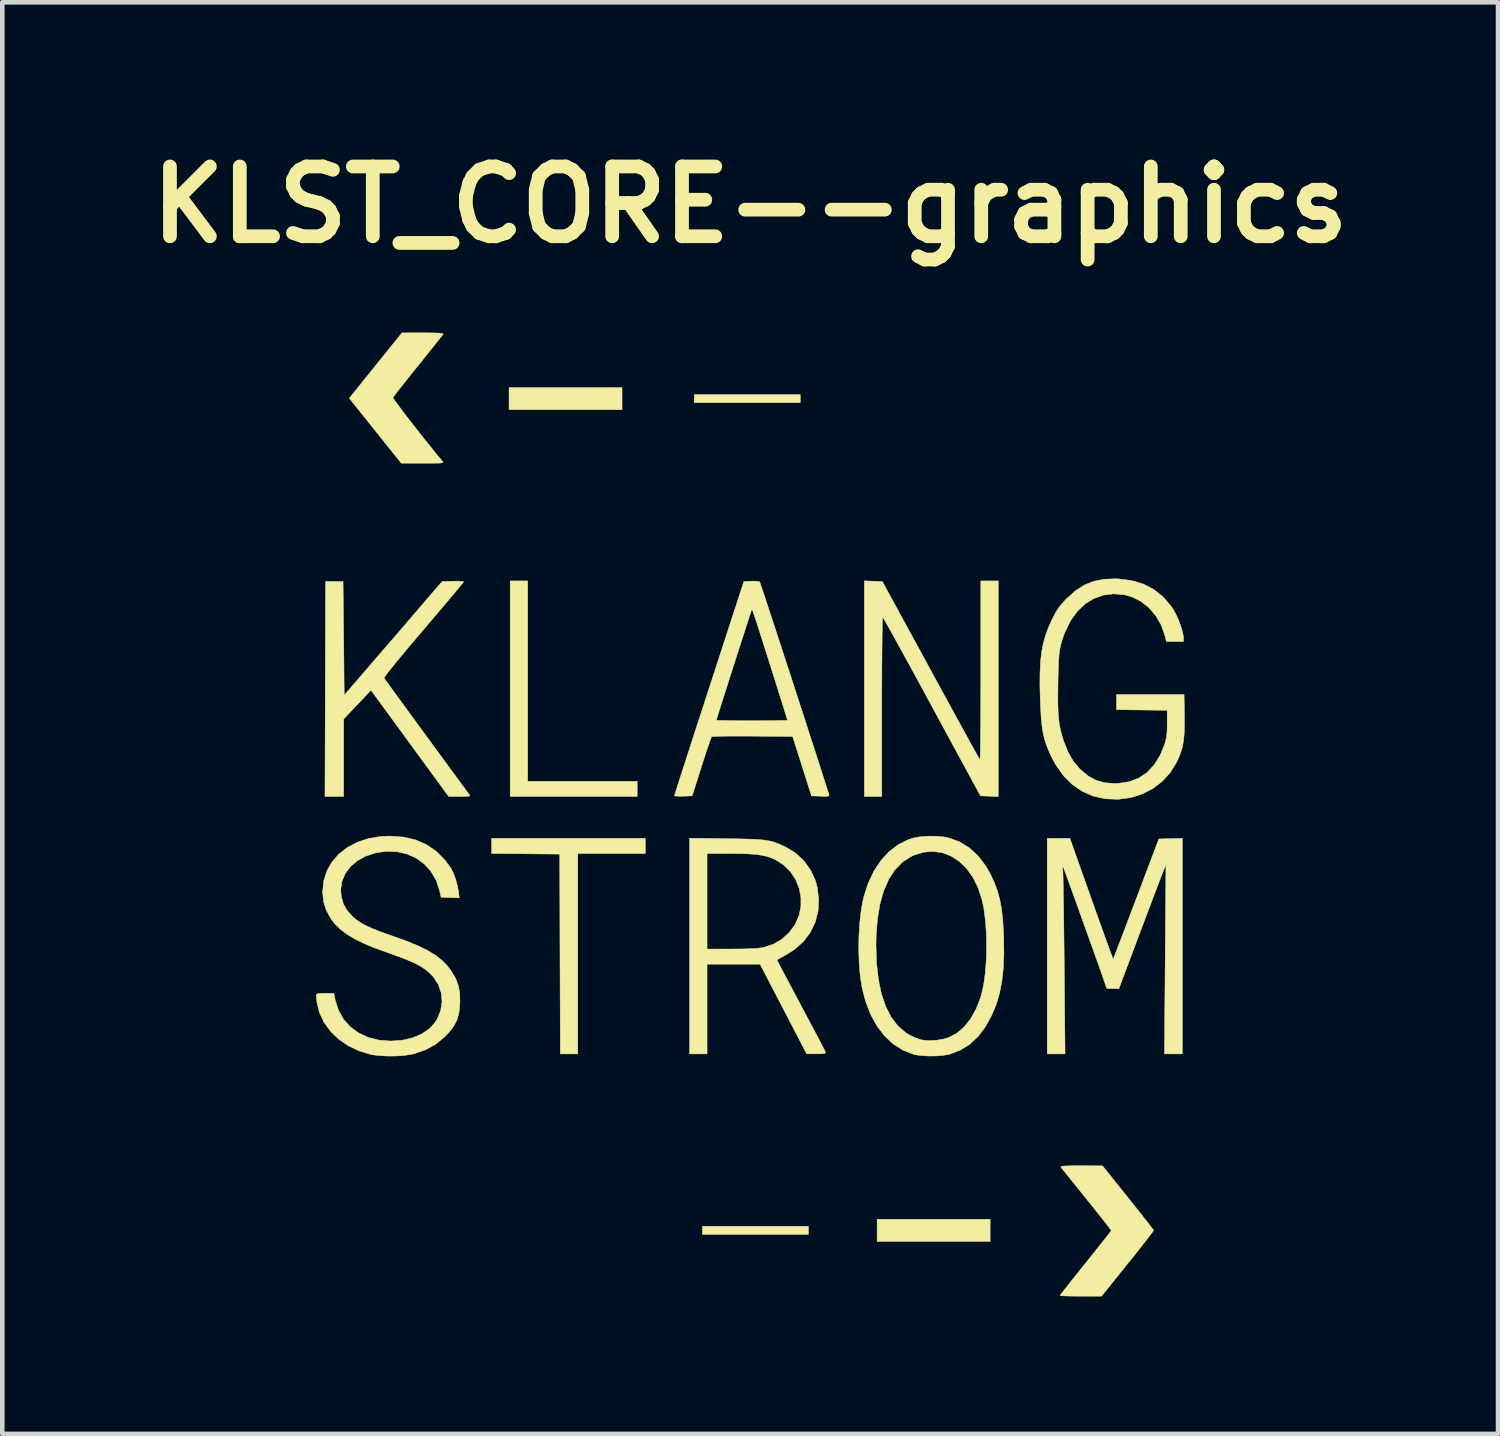
<source format=kicad_pcb>
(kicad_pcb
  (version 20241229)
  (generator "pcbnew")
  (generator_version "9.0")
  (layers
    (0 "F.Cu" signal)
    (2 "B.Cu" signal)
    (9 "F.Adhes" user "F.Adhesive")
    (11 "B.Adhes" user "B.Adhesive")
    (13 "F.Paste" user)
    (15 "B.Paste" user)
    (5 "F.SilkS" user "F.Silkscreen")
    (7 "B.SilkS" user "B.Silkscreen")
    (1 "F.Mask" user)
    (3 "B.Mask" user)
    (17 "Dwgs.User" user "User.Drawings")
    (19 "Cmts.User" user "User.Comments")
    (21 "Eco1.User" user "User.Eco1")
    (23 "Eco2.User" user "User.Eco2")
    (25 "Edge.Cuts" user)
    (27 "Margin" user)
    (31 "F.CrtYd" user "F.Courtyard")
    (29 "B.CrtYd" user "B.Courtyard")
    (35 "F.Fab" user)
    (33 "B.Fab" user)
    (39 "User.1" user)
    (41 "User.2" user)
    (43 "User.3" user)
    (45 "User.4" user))
  (footprint "KLST_CORE--graphics"
    (layer "F.Cu")
    (at 13.324 1.418)
    (property "Reference" "KLST_CORE--graphics" (at 0 0 0) (layer "F.SilkS") (effects (font (size 1.524 1.524) (thickness 0.3))))
    (attr through_hole)
    (fp_poly (pts (xy -2.797 4.475) (xy -5.263 4.475) (xy -5.263 3.992) (xy -2.797 3.992) (xy -2.797 4.475)) (stroke (width 0.01) (type solid)) (fill yes) (layer "F.SilkS"))
    (fp_poly (pts (xy 1.093 4.322) (xy -1.22 4.322) (xy -1.22 4.144) (xy 1.093 4.144) (xy 1.093 4.322)) (stroke (width 0.01) (type solid)) (fill yes) (layer "F.SilkS"))
    (fp_poly (pts (xy 1.271 22.476) (xy -1.042 22.476) (xy -1.042 22.298) (xy 1.271 22.298) (xy 1.271 22.476)) (stroke (width 0.01) (type solid)) (fill yes) (layer "F.SilkS"))
    (fp_poly (pts (xy 5.238 22.629) (xy 2.771 22.629) (xy 2.771 22.146) (xy 5.238 22.146) (xy 5.238 22.629)) (stroke (width 0.01) (type solid)) (fill yes) (layer "F.SilkS"))
    (fp_poly (pts (xy -4.856 12.586) (xy -2.466 12.586) (xy -2.466 12.916) (xy -5.238 12.916) (xy -5.238 8.212) (xy -4.856 8.212) (xy -4.856 12.586)) (stroke (width 0.01) (type solid)) (fill yes) (layer "F.SilkS"))
    (fp_poly (pts (xy -2.288 14.162) (xy -3.763 14.162) (xy -3.763 18.535) (xy -4.144 18.535) (xy -4.151 16.355) (xy -4.157 14.175) (xy -4.901 14.168) (xy -5.644 14.161) (xy -5.644 13.831) (xy -2.288 13.831) (xy -2.288 14.162)) (stroke (width 0.01) (type solid)) (fill yes) (layer "F.SilkS"))
    (fp_poly (pts (xy -6.974 2.798) (xy -6.851 2.8) (xy -6.768 2.804) (xy -6.721 2.811) (xy -6.702 2.821) (xy -6.703 2.829) (xy -6.723 2.855) (xy -6.772 2.917) (xy -6.844 3.008) (xy -6.937 3.124) (xy -7.046 3.26) (xy -7.167 3.412) (xy -7.253 3.518) (xy -7.381 3.677) (xy -7.498 3.824) (xy -7.601 3.954) (xy -7.687 4.062) (xy -7.75 4.145) (xy -7.788 4.195) (xy -7.797 4.21) (xy -7.784 4.235) (xy -7.743 4.294) (xy -7.679 4.382) (xy -7.595 4.494) (xy -7.496 4.624) (xy -7.385 4.767) (xy -7.267 4.918) (xy -7.147 5.071) (xy -7.027 5.221) (xy -6.913 5.363) (xy -6.808 5.491) (xy -6.717 5.6) (xy -6.706 5.616) (xy -6.709 5.627) (xy -6.731 5.635) (xy -6.779 5.64) (xy -6.859 5.642) (xy -6.976 5.643) (xy -7.139 5.643) (xy -7.147 5.643) (xy -7.615 5.642) (xy -8.183 4.933) (xy -8.75 4.224) (xy -8.175 3.51) (xy -7.6 2.797) (xy -7.142 2.797) (xy -6.974 2.798)) (stroke (width 0.01) (type solid)) (fill yes) (layer "F.SilkS"))
    (fp_poly (pts (xy 2.688 8.218) (xy 2.885 8.225) (xy 3.941 10.162) (xy 4.099 10.453) (xy 4.25 10.73) (xy 4.394 10.992) (xy 4.526 11.234) (xy 4.647 11.454) (xy 4.753 11.648) (xy 4.844 11.813) (xy 4.918 11.946) (xy 4.972 12.043) (xy 5.005 12.101) (xy 5.015 12.118) (xy 5.018 12.096) (xy 5.021 12.027) (xy 5.024 11.915) (xy 5.026 11.764) (xy 5.028 11.577) (xy 5.03 11.358) (xy 5.032 11.112) (xy 5.033 10.841) (xy 5.034 10.55) (xy 5.034 10.243) (xy 5.034 10.174) (xy 5.034 8.212) (xy 5.416 8.212) (xy 5.416 12.918) (xy 5.221 12.911) (xy 5.027 12.903) (xy 3.969 10.953) (xy 3.811 10.662) (xy 3.66 10.384) (xy 3.517 10.122) (xy 3.384 9.88) (xy 3.264 9.661) (xy 3.157 9.467) (xy 3.066 9.303) (xy 2.992 9.171) (xy 2.937 9.075) (xy 2.903 9.017) (xy 2.892 9.001) (xy 2.889 9.026) (xy 2.886 9.098) (xy 2.884 9.212) (xy 2.881 9.366) (xy 2.879 9.556) (xy 2.877 9.776) (xy 2.875 10.025) (xy 2.874 10.297) (xy 2.873 10.589) (xy 2.873 10.896) (xy 2.873 10.958) (xy 2.873 12.916) (xy 2.492 12.916) (xy 2.492 8.21) (xy 2.688 8.218)) (stroke (width 0.01) (type solid)) (fill yes) (layer "F.SilkS"))
    (fp_poly (pts (xy 7.224 20.977) (xy 7.691 20.979) (xy 8.248 21.674) (xy 8.377 21.836) (xy 8.496 21.986) (xy 8.601 22.119) (xy 8.689 22.23) (xy 8.754 22.315) (xy 8.795 22.369) (xy 8.807 22.386) (xy 8.792 22.41) (xy 8.749 22.468) (xy 8.681 22.556) (xy 8.592 22.671) (xy 8.485 22.806) (xy 8.364 22.959) (xy 8.239 23.114) (xy 7.669 23.824) (xy 7.216 23.824) (xy 7.071 23.823) (xy 6.945 23.821) (xy 6.846 23.818) (xy 6.783 23.814) (xy 6.763 23.81) (xy 6.779 23.787) (xy 6.822 23.73) (xy 6.891 23.642) (xy 6.98 23.529) (xy 7.087 23.394) (xy 7.208 23.243) (xy 7.323 23.101) (xy 7.453 22.939) (xy 7.572 22.789) (xy 7.677 22.656) (xy 7.764 22.546) (xy 7.83 22.461) (xy 7.87 22.408) (xy 7.882 22.39) (xy 7.866 22.367) (xy 7.823 22.309) (xy 7.755 22.221) (xy 7.665 22.108) (xy 7.559 21.974) (xy 7.439 21.824) (xy 7.345 21.707) (xy 7.216 21.547) (xy 7.097 21.399) (xy 6.991 21.268) (xy 6.903 21.158) (xy 6.836 21.075) (xy 6.794 21.023) (xy 6.782 21.008) (xy 6.783 20.996) (xy 6.809 20.988) (xy 6.866 20.982) (xy 6.96 20.979) (xy 7.095 20.977) (xy 7.224 20.977)) (stroke (width 0.01) (type solid)) (fill yes) (layer "F.SilkS"))
    (fp_poly (pts (xy -6.308 8.22) (xy -6.262 8.226) (xy -6.255 8.231) (xy -6.271 8.253) (xy -6.318 8.311) (xy -6.391 8.4) (xy -6.488 8.516) (xy -6.606 8.657) (xy -6.742 8.818) (xy -6.893 8.996) (xy -7.056 9.187) (xy -7.132 9.277) (xy -7.317 9.494) (xy -7.484 9.692) (xy -7.631 9.869) (xy -7.756 10.021) (xy -7.857 10.146) (xy -7.931 10.241) (xy -7.977 10.304) (xy -7.991 10.331) (xy -7.991 10.332) (xy -7.971 10.36) (xy -7.925 10.424) (xy -7.855 10.521) (xy -7.764 10.646) (xy -7.657 10.794) (xy -7.535 10.961) (xy -7.402 11.143) (xy -7.262 11.335) (xy -7.117 11.533) (xy -6.971 11.732) (xy -6.827 11.929) (xy -6.688 12.118) (xy -6.558 12.296) (xy -6.439 12.458) (xy -6.335 12.599) (xy -6.249 12.715) (xy -6.185 12.803) (xy -6.145 12.856) (xy -6.133 12.872) (xy -6.118 12.892) (xy -6.123 12.905) (xy -6.154 12.912) (xy -6.22 12.915) (xy -6.328 12.916) (xy -6.338 12.916) (xy -6.581 12.916) (xy -7.429 11.756) (xy -8.276 10.597) (xy -8.872 11.225) (xy -8.873 12.071) (xy -8.873 12.916) (xy -9.281 12.916) (xy -9.274 10.571) (xy -9.268 8.225) (xy -8.886 8.225) (xy -8.873 9.466) (xy -8.861 10.707) (xy -8.208 9.949) (xy -8.042 9.756) (xy -7.866 9.553) (xy -7.69 9.348) (xy -7.519 9.15) (xy -7.362 8.967) (xy -7.225 8.807) (xy -7.14 8.708) (xy -6.724 8.225) (xy -6.49 8.218) (xy -6.387 8.217) (xy -6.308 8.22)) (stroke (width 0.01) (type solid)) (fill yes) (layer "F.SilkS"))
    (fp_poly (pts (xy 9.433 18.535) (xy 9.043 18.535) (xy 9.059 16.469) (xy 9.075 14.404) (xy 9.018 14.543) (xy 8.997 14.594) (xy 8.961 14.688) (xy 8.911 14.819) (xy 8.849 14.982) (xy 8.778 15.172) (xy 8.698 15.383) (xy 8.612 15.611) (xy 8.522 15.851) (xy 8.504 15.897) (xy 8.048 17.111) (xy 7.914 17.111) (xy 7.839 17.11) (xy 7.791 17.106) (xy 7.78 17.102) (xy 7.772 17.075) (xy 7.748 17.005) (xy 7.711 16.897) (xy 7.662 16.759) (xy 7.604 16.593) (xy 7.537 16.407) (xy 7.465 16.205) (xy 7.389 15.992) (xy 7.311 15.774) (xy 7.233 15.557) (xy 7.157 15.345) (xy 7.085 15.144) (xy 7.018 14.96) (xy 6.959 14.797) (xy 6.909 14.661) (xy 6.871 14.557) (xy 6.846 14.491) (xy 6.836 14.468) (xy 6.822 14.456) (xy 6.819 14.488) (xy 6.824 14.531) (xy 6.826 14.572) (xy 6.829 14.66) (xy 6.832 14.79) (xy 6.835 14.959) (xy 6.838 15.162) (xy 6.842 15.396) (xy 6.845 15.655) (xy 6.848 15.935) (xy 6.852 16.234) (xy 6.855 16.546) (xy 6.855 16.584) (xy 6.873 18.535) (xy 6.483 18.535) (xy 6.483 13.831) (xy 6.731 13.832) (xy 6.979 13.832) (xy 7.448 15.154) (xy 7.535 15.4) (xy 7.618 15.631) (xy 7.694 15.843) (xy 7.761 16.031) (xy 7.819 16.191) (xy 7.866 16.319) (xy 7.9 16.409) (xy 7.919 16.459) (xy 7.924 16.468) (xy 7.934 16.443) (xy 7.96 16.376) (xy 8.001 16.269) (xy 8.055 16.128) (xy 8.121 15.956) (xy 8.196 15.759) (xy 8.279 15.54) (xy 8.369 15.303) (xy 8.426 15.152) (xy 8.92 13.844) (xy 9.177 13.837) (xy 9.433 13.83) (xy 9.433 18.535)) (stroke (width 0.01) (type solid)) (fill yes) (layer "F.SilkS"))
    (fp_poly (pts (xy -0.515 13.838) (xy -0.268 13.841) (xy -0.065 13.846) (xy 0.1 13.852) (xy 0.235 13.861) (xy 0.347 13.874) (xy 0.442 13.892) (xy 0.528 13.915) (xy 0.61 13.945) (xy 0.696 13.983) (xy 0.783 14.025) (xy 0.993 14.154) (xy 1.172 14.321) (xy 1.316 14.519) (xy 1.42 14.74) (xy 1.463 14.892) (xy 1.496 15.163) (xy 1.482 15.42) (xy 1.42 15.661) (xy 1.313 15.883) (xy 1.163 16.082) (xy 0.97 16.255) (xy 0.761 16.386) (xy 0.678 16.43) (xy 0.616 16.465) (xy 0.586 16.485) (xy 0.585 16.486) (xy 0.596 16.51) (xy 0.629 16.573) (xy 0.682 16.673) (xy 0.75 16.803) (xy 0.833 16.96) (xy 0.928 17.138) (xy 1.032 17.334) (xy 1.104 17.47) (xy 1.214 17.677) (xy 1.317 17.87) (xy 1.41 18.046) (xy 1.491 18.199) (xy 1.557 18.325) (xy 1.605 18.419) (xy 1.634 18.476) (xy 1.641 18.491) (xy 1.645 18.512) (xy 1.629 18.526) (xy 1.586 18.532) (xy 1.505 18.534) (xy 1.446 18.534) (xy 1.233 18.534) (xy 0.725 17.556) (xy 0.216 16.578) (xy -0.362 16.577) (xy -0.941 16.577) (xy -0.941 18.535) (xy -1.322 18.535) (xy -1.322 16.247) (xy -0.941 16.247) (xy -0.4 16.246) (xy -0.182 16.245) (xy -0.008 16.24) (xy 0.128 16.232) (xy 0.233 16.221) (xy 0.303 16.208) (xy 0.51 16.139) (xy 0.689 16.035) (xy 0.851 15.887) (xy 0.852 15.887) (xy 0.98 15.713) (xy 1.064 15.523) (xy 1.107 15.323) (xy 1.108 15.119) (xy 1.069 14.919) (xy 0.993 14.73) (xy 0.879 14.558) (xy 0.729 14.41) (xy 0.559 14.301) (xy 0.46 14.257) (xy 0.355 14.222) (xy 0.238 14.197) (xy 0.098 14.179) (xy -0.071 14.168) (xy -0.277 14.163) (xy -0.426 14.162) (xy -0.941 14.162) (xy -0.941 16.247) (xy -1.322 16.247) (xy -1.322 13.827) (xy -0.515 13.838)) (stroke (width 0.01) (type solid)) (fill yes) (layer "F.SilkS"))
    (fp_poly (pts (xy 4.058 13.784) (xy 4.221 13.798) (xy 4.33 13.819) (xy 4.568 13.906) (xy 4.784 14.039) (xy 4.976 14.216) (xy 5.143 14.435) (xy 5.235 14.594) (xy 5.324 14.782) (xy 5.394 14.969) (xy 5.448 15.163) (xy 5.487 15.376) (xy 5.514 15.617) (xy 5.531 15.895) (xy 5.533 15.967) (xy 5.538 16.334) (xy 5.526 16.659) (xy 5.494 16.95) (xy 5.443 17.213) (xy 5.372 17.454) (xy 5.278 17.681) (xy 5.277 17.683) (xy 5.135 17.943) (xy 4.973 18.157) (xy 4.791 18.327) (xy 4.585 18.454) (xy 4.354 18.542) (xy 4.33 18.548) (xy 4.209 18.569) (xy 4.059 18.581) (xy 3.897 18.582) (xy 3.742 18.574) (xy 3.612 18.556) (xy 3.577 18.548) (xy 3.341 18.457) (xy 3.127 18.322) (xy 2.935 18.144) (xy 2.768 17.927) (xy 2.628 17.672) (xy 2.517 17.382) (xy 2.442 17.093) (xy 2.404 16.846) (xy 2.379 16.567) (xy 2.37 16.27) (xy 2.371 16.169) (xy 2.746 16.169) (xy 2.759 16.561) (xy 2.8 16.915) (xy 2.866 17.229) (xy 2.959 17.502) (xy 3.078 17.734) (xy 3.222 17.924) (xy 3.391 18.07) (xy 3.481 18.125) (xy 3.579 18.172) (xy 3.678 18.211) (xy 3.743 18.23) (xy 3.893 18.246) (xy 4.064 18.238) (xy 4.233 18.208) (xy 4.33 18.179) (xy 4.508 18.086) (xy 4.67 17.948) (xy 4.813 17.768) (xy 4.934 17.551) (xy 5.031 17.301) (xy 5.045 17.255) (xy 5.095 17.036) (xy 5.131 16.78) (xy 5.153 16.499) (xy 5.161 16.205) (xy 5.155 15.91) (xy 5.135 15.625) (xy 5.101 15.363) (xy 5.059 15.164) (xy 4.973 14.904) (xy 4.86 14.677) (xy 4.721 14.486) (xy 4.562 14.332) (xy 4.386 14.218) (xy 4.195 14.145) (xy 3.994 14.116) (xy 3.786 14.133) (xy 3.575 14.198) (xy 3.508 14.229) (xy 3.321 14.351) (xy 3.16 14.516) (xy 3.025 14.724) (xy 2.916 14.973) (xy 2.833 15.263) (xy 2.778 15.593) (xy 2.75 15.962) (xy 2.746 16.169) (xy 2.371 16.169) (xy 2.374 15.966) (xy 2.392 15.67) (xy 2.424 15.395) (xy 2.469 15.154) (xy 2.477 15.119) (xy 2.573 14.819) (xy 2.698 14.551) (xy 2.851 14.319) (xy 3.028 14.124) (xy 3.228 13.97) (xy 3.448 13.86) (xy 3.573 13.82) (xy 3.713 13.795) (xy 3.881 13.783) (xy 4.058 13.784)) (stroke (width 0.01) (type solid)) (fill yes) (layer "F.SilkS"))
    (fp_poly (pts (xy 0.178 8.222) (xy 0.206 8.231) (xy 0.216 8.256) (xy 0.24 8.327) (xy 0.278 8.438) (xy 0.327 8.585) (xy 0.386 8.766) (xy 0.455 8.975) (xy 0.532 9.209) (xy 0.616 9.465) (xy 0.705 9.738) (xy 0.798 10.024) (xy 0.895 10.32) (xy 0.993 10.622) (xy 1.091 10.925) (xy 1.189 11.226) (xy 1.284 11.522) (xy 1.377 11.807) (xy 1.464 12.078) (xy 1.546 12.332) (xy 1.62 12.564) (xy 1.686 12.771) (xy 1.718 12.87) (xy 1.722 12.894) (xy 1.708 12.908) (xy 1.667 12.913) (xy 1.59 12.913) (xy 1.536 12.911) (xy 1.338 12.903) (xy 1.133 12.255) (xy 0.927 11.607) (xy 0.052 11.6) (xy -0.154 11.599) (xy -0.344 11.599) (xy -0.512 11.6) (xy -0.652 11.602) (xy -0.757 11.605) (xy -0.823 11.609) (xy -0.842 11.613) (xy -0.855 11.641) (xy -0.88 11.712) (xy -0.917 11.818) (xy -0.962 11.952) (xy -1.013 12.109) (xy -1.064 12.268) (xy -1.266 12.903) (xy -1.46 12.911) (xy -1.551 12.912) (xy -1.619 12.908) (xy -1.651 12.9) (xy -1.652 12.898) (xy -1.645 12.872) (xy -1.622 12.8) (xy -1.586 12.687) (xy -1.538 12.535) (xy -1.478 12.349) (xy -1.407 12.131) (xy -1.328 11.884) (xy -1.24 11.612) (xy -1.145 11.319) (xy -1.122 11.25) (xy -0.737 11.25) (xy -0.713 11.254) (xy -0.644 11.257) (xy -0.536 11.259) (xy -0.396 11.261) (xy -0.23 11.263) (xy -0.044 11.263) (xy 0.038 11.263) (xy 0.231 11.263) (xy 0.406 11.262) (xy 0.558 11.26) (xy 0.68 11.258) (xy 0.765 11.256) (xy 0.809 11.253) (xy 0.814 11.252) (xy 0.806 11.225) (xy 0.784 11.154) (xy 0.749 11.041) (xy 0.703 10.891) (xy 0.645 10.708) (xy 0.578 10.495) (xy 0.503 10.256) (xy 0.42 9.994) (xy 0.331 9.713) (xy 0.237 9.418) (xy 0.187 9.259) (xy 0.142 9.12) (xy 0.102 8.999) (xy 0.07 8.905) (xy 0.047 8.846) (xy 0.038 8.827) (xy 0.029 8.852) (xy 0.006 8.92) (xy -0.028 9.025) (xy -0.073 9.162) (xy -0.125 9.324) (xy -0.184 9.507) (xy -0.248 9.705) (xy -0.314 9.911) (xy -0.381 10.121) (xy -0.448 10.329) (xy -0.511 10.529) (xy -0.571 10.716) (xy -0.624 10.883) (xy -0.669 11.026) (xy -0.704 11.138) (xy -0.727 11.214) (xy -0.737 11.249) (xy -0.737 11.25) (xy -1.122 11.25) (xy -1.043 11.008) (xy -0.937 10.681) (xy -0.895 10.552) (xy -0.138 8.225) (xy 0.024 8.217) (xy 0.111 8.217) (xy 0.178 8.222)) (stroke (width 0.01) (type solid)) (fill yes) (layer "F.SilkS"))
    (fp_poly (pts (xy 8.034 8.167) (xy 8.32 8.202) (xy 8.579 8.278) (xy 8.809 8.397) (xy 9.011 8.558) (xy 9.186 8.762) (xy 9.231 8.828) (xy 9.291 8.935) (xy 9.349 9.064) (xy 9.399 9.199) (xy 9.437 9.327) (xy 9.457 9.431) (xy 9.458 9.46) (xy 9.458 9.535) (xy 9.086 9.535) (xy 9.055 9.411) (xy 8.973 9.178) (xy 8.854 8.972) (xy 8.704 8.797) (xy 8.528 8.657) (xy 8.33 8.559) (xy 8.168 8.514) (xy 7.933 8.494) (xy 7.709 8.522) (xy 7.501 8.596) (xy 7.31 8.714) (xy 7.141 8.875) (xy 6.995 9.076) (xy 6.877 9.316) (xy 6.871 9.331) (xy 6.83 9.439) (xy 6.798 9.536) (xy 6.773 9.63) (xy 6.755 9.729) (xy 6.741 9.843) (xy 6.732 9.98) (xy 6.725 10.148) (xy 6.72 10.356) (xy 6.719 10.421) (xy 6.716 10.675) (xy 6.716 10.888) (xy 6.722 11.066) (xy 6.733 11.218) (xy 6.751 11.353) (xy 6.776 11.478) (xy 6.809 11.602) (xy 6.842 11.707) (xy 6.938 11.947) (xy 7.053 12.147) (xy 7.192 12.313) (xy 7.213 12.334) (xy 7.38 12.471) (xy 7.552 12.565) (xy 7.739 12.617) (xy 7.952 12.633) (xy 8.041 12.63) (xy 8.275 12.594) (xy 8.484 12.514) (xy 8.666 12.391) (xy 8.821 12.225) (xy 8.95 12.016) (xy 9.041 11.795) (xy 9.07 11.699) (xy 9.089 11.607) (xy 9.099 11.504) (xy 9.102 11.371) (xy 9.102 11.325) (xy 9.102 11.036) (xy 8.549 11.029) (xy 7.996 11.022) (xy 7.996 10.691) (xy 9.471 10.691) (xy 9.478 11.149) (xy 9.479 11.374) (xy 9.473 11.559) (xy 9.457 11.714) (xy 9.43 11.851) (xy 9.391 11.978) (xy 9.337 12.108) (xy 9.3 12.184) (xy 9.162 12.404) (xy 8.988 12.593) (xy 8.783 12.748) (xy 8.552 12.866) (xy 8.301 12.943) (xy 8.035 12.978) (xy 7.76 12.968) (xy 7.742 12.966) (xy 7.482 12.907) (xy 7.244 12.802) (xy 7.028 12.653) (xy 6.836 12.461) (xy 6.671 12.227) (xy 6.586 12.071) (xy 6.518 11.923) (xy 6.464 11.788) (xy 6.422 11.654) (xy 6.39 11.513) (xy 6.367 11.355) (xy 6.35 11.171) (xy 6.338 10.951) (xy 6.332 10.806) (xy 6.324 10.492) (xy 6.326 10.22) (xy 6.337 9.984) (xy 6.36 9.775) (xy 6.396 9.585) (xy 6.444 9.407) (xy 6.508 9.234) (xy 6.587 9.057) (xy 6.588 9.055) (xy 6.657 8.92) (xy 6.722 8.814) (xy 6.796 8.719) (xy 6.89 8.616) (xy 6.911 8.595) (xy 7.101 8.426) (xy 7.293 8.302) (xy 7.498 8.22) (xy 7.723 8.175) (xy 7.978 8.165) (xy 8.034 8.167)) (stroke (width 0.01) (type solid)) (fill yes) (layer "F.SilkS"))
    (fp_poly (pts (xy -7.574 13.802) (xy -7.306 13.863) (xy -7.066 13.967) (xy -6.853 14.113) (xy -6.664 14.303) (xy -6.525 14.494) (xy -6.478 14.589) (xy -6.431 14.716) (xy -6.393 14.854) (xy -6.368 14.984) (xy -6.368 14.987) (xy -6.35 15.13) (xy -6.548 15.123) (xy -6.747 15.115) (xy -6.78 14.97) (xy -6.854 14.745) (xy -6.968 14.551) (xy -7.115 14.388) (xy -7.292 14.261) (xy -7.493 14.171) (xy -7.715 14.121) (xy -7.952 14.115) (xy -8.181 14.149) (xy -8.395 14.22) (xy -8.578 14.322) (xy -8.727 14.45) (xy -8.839 14.6) (xy -8.91 14.768) (xy -8.937 14.948) (xy -8.924 15.102) (xy -8.877 15.265) (xy -8.798 15.404) (xy -8.678 15.538) (xy -8.676 15.54) (xy -8.592 15.611) (xy -8.498 15.675) (xy -8.385 15.737) (xy -8.247 15.8) (xy -8.076 15.868) (xy -7.865 15.943) (xy -7.789 15.969) (xy -7.496 16.074) (xy -7.248 16.176) (xy -7.041 16.278) (xy -6.868 16.383) (xy -6.726 16.494) (xy -6.608 16.615) (xy -6.526 16.724) (xy -6.431 16.883) (xy -6.371 17.038) (xy -6.34 17.203) (xy -6.335 17.396) (xy -6.337 17.445) (xy -6.355 17.63) (xy -6.396 17.785) (xy -6.466 17.924) (xy -6.571 18.062) (xy -6.66 18.156) (xy -6.861 18.323) (xy -7.095 18.45) (xy -7.359 18.538) (xy -7.391 18.545) (xy -7.538 18.568) (xy -7.715 18.581) (xy -7.903 18.583) (xy -8.084 18.574) (xy -8.24 18.556) (xy -8.276 18.549) (xy -8.537 18.47) (xy -8.774 18.357) (xy -8.984 18.212) (xy -9.161 18.04) (xy -9.302 17.845) (xy -9.402 17.632) (xy -9.455 17.416) (xy -9.465 17.329) (xy -9.469 17.262) (xy -9.467 17.232) (xy -9.437 17.223) (xy -9.371 17.216) (xy -9.281 17.213) (xy -9.271 17.213) (xy -9.087 17.213) (xy -9.057 17.36) (xy -8.986 17.584) (xy -8.875 17.78) (xy -8.727 17.946) (xy -8.545 18.079) (xy -8.333 18.177) (xy -8.094 18.236) (xy -7.845 18.255) (xy -7.593 18.237) (xy -7.366 18.184) (xy -7.166 18.099) (xy -7 17.985) (xy -6.872 17.842) (xy -6.832 17.777) (xy -6.755 17.586) (xy -6.726 17.392) (xy -6.745 17.199) (xy -6.809 17.017) (xy -6.918 16.85) (xy -7.003 16.763) (xy -7.096 16.688) (xy -7.203 16.618) (xy -7.332 16.55) (xy -7.491 16.481) (xy -7.686 16.406) (xy -7.885 16.335) (xy -8.182 16.228) (xy -8.433 16.124) (xy -8.643 16.02) (xy -8.817 15.914) (xy -8.96 15.802) (xy -9.076 15.683) (xy -9.15 15.585) (xy -9.251 15.404) (xy -9.309 15.222) (xy -9.331 15.02) (xy -9.331 14.988) (xy -9.307 14.756) (xy -9.239 14.541) (xy -9.128 14.347) (xy -8.98 14.177) (xy -8.797 14.033) (xy -8.583 13.919) (xy -8.341 13.837) (xy -8.075 13.791) (xy -7.871 13.781) (xy -7.574 13.802)) (stroke (width 0.01) (type solid)) (fill yes) (layer "F.SilkS")))
  (gr_rect
    (start -3 -3)
    (end 29.648 28.247)
    (stroke (width 0.1) (type default))
    (fill no)
    (layer "Edge.Cuts")))
</source>
